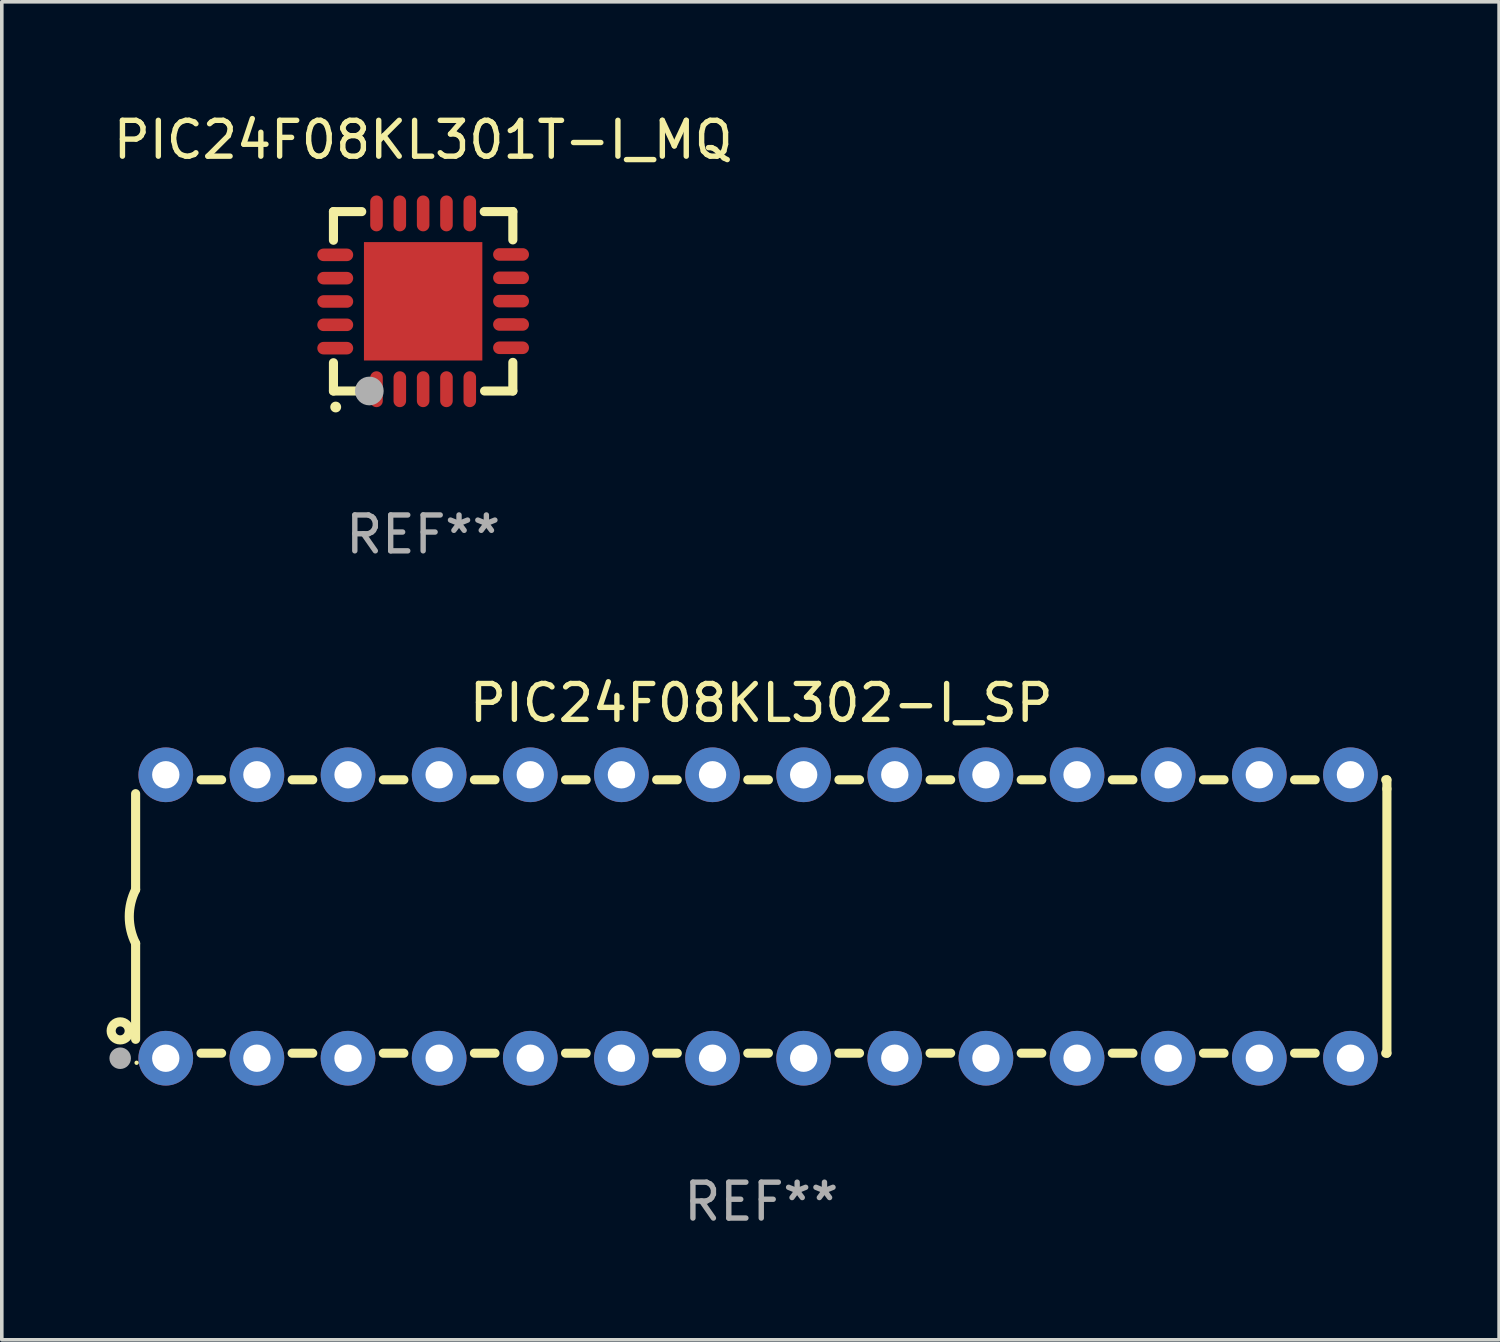
<source format=kicad_pcb>
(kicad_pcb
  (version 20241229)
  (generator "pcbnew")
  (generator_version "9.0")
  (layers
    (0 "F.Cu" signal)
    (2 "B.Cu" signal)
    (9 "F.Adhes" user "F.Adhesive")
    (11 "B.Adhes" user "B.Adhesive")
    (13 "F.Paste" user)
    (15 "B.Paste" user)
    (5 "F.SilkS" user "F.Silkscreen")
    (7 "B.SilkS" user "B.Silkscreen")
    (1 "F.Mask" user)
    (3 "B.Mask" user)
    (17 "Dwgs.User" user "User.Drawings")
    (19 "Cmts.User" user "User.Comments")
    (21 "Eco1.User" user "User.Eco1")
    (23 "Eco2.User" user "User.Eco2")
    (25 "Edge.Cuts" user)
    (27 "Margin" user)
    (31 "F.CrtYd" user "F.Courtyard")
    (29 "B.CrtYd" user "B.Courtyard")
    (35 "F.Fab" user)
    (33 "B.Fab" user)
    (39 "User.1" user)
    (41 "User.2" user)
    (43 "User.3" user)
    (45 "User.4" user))
  (footprint "PIC24F08KL302-I_SP"
    (layer "F.Cu")
    (at 18.168 22.495)
    (property "Reference" "PIC24F08KL302-I_SP" (at 0 -5.95 0) (layer "F.SilkS") (effects (font (size 1 1) (thickness 0.15))))
    (attr through_hole)
    (fp_line (start -17.438 0.75) (end -17.438 3.423) (stroke (width 0.254) (type solid)) (layer "F.SilkS"))
    (fp_line (start -17.438 -3.423) (end -17.438 -0.75) (stroke (width 0.254) (type solid)) (layer "F.SilkS"))
    (fp_line (start -15.615 3.81) (end -15.041 3.81) (stroke (width 0.254) (type solid)) (layer "F.SilkS"))
    (fp_line (start -15.041 -3.81) (end -15.614 -3.81) (stroke (width 0.254) (type solid)) (layer "F.SilkS"))
    (fp_line (start -13.075 3.81) (end -12.501 3.81) (stroke (width 0.254) (type solid)) (layer "F.SilkS"))
    (fp_line (start -12.501 -3.81) (end -13.074 -3.81) (stroke (width 0.254) (type solid)) (layer "F.SilkS"))
    (fp_line (start -10.535 3.81) (end -9.961 3.81) (stroke (width 0.254) (type solid)) (layer "F.SilkS"))
    (fp_line (start -9.961 -3.81) (end -10.534 -3.81) (stroke (width 0.254) (type solid)) (layer "F.SilkS"))
    (fp_line (start -7.995 3.81) (end -7.421 3.81) (stroke (width 0.254) (type solid)) (layer "F.SilkS"))
    (fp_line (start -7.421 -3.81) (end -7.995 -3.81) (stroke (width 0.254) (type solid)) (layer "F.SilkS"))
    (fp_line (start -5.455 3.81) (end -4.881 3.81) (stroke (width 0.254) (type solid)) (layer "F.SilkS"))
    (fp_line (start -4.881 -3.81) (end -5.455 -3.81) (stroke (width 0.254) (type solid)) (layer "F.SilkS"))
    (fp_line (start -2.915 3.81) (end -2.341 3.81) (stroke (width 0.254) (type solid)) (layer "F.SilkS"))
    (fp_line (start -2.341 -3.81) (end -2.915 -3.81) (stroke (width 0.254) (type solid)) (layer "F.SilkS"))
    (fp_line (start -0.375 3.81) (end 0.199 3.81) (stroke (width 0.254) (type solid)) (layer "F.SilkS"))
    (fp_line (start 0.199 -3.81) (end -0.375 -3.81) (stroke (width 0.254) (type solid)) (layer "F.SilkS"))
    (fp_line (start 2.165 3.81) (end 2.739 3.81) (stroke (width 0.254) (type solid)) (layer "F.SilkS"))
    (fp_line (start 2.739 -3.81) (end 2.165 -3.81) (stroke (width 0.254) (type solid)) (layer "F.SilkS"))
    (fp_line (start 4.705 3.81) (end 5.279 3.81) (stroke (width 0.254) (type solid)) (layer "F.SilkS"))
    (fp_line (start 5.279 -3.81) (end 4.705 -3.81) (stroke (width 0.254) (type solid)) (layer "F.SilkS"))
    (fp_line (start 7.245 3.81) (end 7.819 3.81) (stroke (width 0.254) (type solid)) (layer "F.SilkS"))
    (fp_line (start 7.819 -3.81) (end 7.245 -3.81) (stroke (width 0.254) (type solid)) (layer "F.SilkS"))
    (fp_line (start 9.785 3.81) (end 10.359 3.81) (stroke (width 0.254) (type solid)) (layer "F.SilkS"))
    (fp_line (start 10.359 -3.81) (end 9.785 -3.81) (stroke (width 0.254) (type solid)) (layer "F.SilkS"))
    (fp_line (start 12.325 3.81) (end 12.899 3.81) (stroke (width 0.254) (type solid)) (layer "F.SilkS"))
    (fp_line (start 12.899 -3.81) (end 12.325 -3.81) (stroke (width 0.254) (type solid)) (layer "F.SilkS"))
    (fp_line (start 14.865 3.81) (end 15.439 3.81) (stroke (width 0.254) (type solid)) (layer "F.SilkS"))
    (fp_line (start 15.439 -3.81) (end 14.865 -3.81) (stroke (width 0.254) (type solid)) (layer "F.SilkS"))
    (fp_line (start 17.405 3.81) (end 17.438 3.81) (stroke (width 0.254) (type solid)) (layer "F.SilkS"))
    (fp_line (start 17.438 -3.81) (end 17.405 -3.81) (stroke (width 0.254) (type solid)) (layer "F.SilkS"))
    (fp_line (start 17.438 -3.556) (end 17.438 -3.81) (stroke (width 0.254) (type solid)) (layer "F.SilkS"))
    (fp_line (start 17.438 3.81) (end 17.438 -3.556) (stroke (width 0.254) (type solid)) (layer "F.SilkS"))
    (fp_arc (start -17.437986 0.749657) (mid -17.614887 -0.000024) (end -17.437783 -0.749657) (stroke (width 0.254001) (type solid)) (layer "F.SilkS"))
    (fp_circle (center -17.868 3.188) (end -17.743 3.188) (stroke (width 0.254) (type solid)) (fill no) (layer "F.SilkS"))
    (fp_circle (center -17.411 4.077) (end -17.381 4.077) (stroke (width 0.06) (type solid)) (fill no) (layer "F.SilkS"))
    (fp_circle (center -17.868 3.95) (end -17.718 3.95) (stroke (width 0.3) (type solid)) (fill no) (layer "F.Fab"))
    (fp_text user "REF**" (at 0 7.95 0) (layer "F.Fab") (effects (font (size 1 1) (thickness 0.15))))
    (pad "1" thru_hole circle (at -16.598 3.95) (size 1.524 1.524) (drill 0.762) (layers "*.Cu" "*.Mask"))
    (pad "2" thru_hole circle (at -14.058 3.95) (size 1.524 1.524) (drill 0.762) (layers "*.Cu" "*.Mask"))
    (pad "3" thru_hole circle (at -11.518 3.95) (size 1.524 1.524) (drill 0.762) (layers "*.Cu" "*.Mask"))
    (pad "4" thru_hole circle (at -8.978 3.95) (size 1.524 1.524) (drill 0.762) (layers "*.Cu" "*.Mask"))
    (pad "5" thru_hole circle (at -6.438 3.95) (size 1.524 1.524) (drill 0.762) (layers "*.Cu" "*.Mask"))
    (pad "6" thru_hole circle (at -3.898 3.95) (size 1.524 1.524) (drill 0.762) (layers "*.Cu" "*.Mask"))
    (pad "7" thru_hole circle (at -1.358 3.95) (size 1.524 1.524) (drill 0.762) (layers "*.Cu" "*.Mask"))
    (pad "8" thru_hole circle (at 1.182 3.95) (size 1.524 1.524) (drill 0.762) (layers "*.Cu" "*.Mask"))
    (pad "9" thru_hole circle (at 3.722 3.95) (size 1.524 1.524) (drill 0.762) (layers "*.Cu" "*.Mask"))
    (pad "10" thru_hole circle (at 6.262 3.95) (size 1.524 1.524) (drill 0.762) (layers "*.Cu" "*.Mask"))
    (pad "11" thru_hole circle (at 8.802 3.95) (size 1.524 1.524) (drill 0.762) (layers "*.Cu" "*.Mask"))
    (pad "12" thru_hole circle (at 11.342 3.95) (size 1.524 1.524) (drill 0.762) (layers "*.Cu" "*.Mask"))
    (pad "13" thru_hole circle (at 13.882 3.95) (size 1.524 1.524) (drill 0.762) (layers "*.Cu" "*.Mask"))
    (pad "14" thru_hole circle (at 16.422 3.95) (size 1.524 1.524) (drill 0.762) (layers "*.Cu" "*.Mask"))
    (pad "15" thru_hole circle (at 16.422 -3.95) (size 1.524 1.524) (drill 0.762) (layers "*.Cu" "*.Mask"))
    (pad "16" thru_hole circle (at 13.882 -3.95) (size 1.524 1.524) (drill 0.762) (layers "*.Cu" "*.Mask"))
    (pad "17" thru_hole circle (at 11.342 -3.95) (size 1.524 1.524) (drill 0.762) (layers "*.Cu" "*.Mask"))
    (pad "18" thru_hole circle (at 8.802 -3.95) (size 1.524 1.524) (drill 0.762) (layers "*.Cu" "*.Mask"))
    (pad "19" thru_hole circle (at 6.262 -3.95) (size 1.524 1.524) (drill 0.762) (layers "*.Cu" "*.Mask"))
    (pad "20" thru_hole circle (at 3.722 -3.95) (size 1.524 1.524) (drill 0.762) (layers "*.Cu" "*.Mask"))
    (pad "21" thru_hole circle (at 1.182 -3.95) (size 1.524 1.524) (drill 0.762) (layers "*.Cu" "*.Mask"))
    (pad "22" thru_hole circle (at -1.358 -3.95) (size 1.524 1.524) (drill 0.762) (layers "*.Cu" "*.Mask"))
    (pad "23" thru_hole circle (at -3.898 -3.95) (size 1.524 1.524) (drill 0.762) (layers "*.Cu" "*.Mask"))
    (pad "24" thru_hole circle (at -6.438 -3.95) (size 1.524 1.524) (drill 0.762) (layers "*.Cu" "*.Mask"))
    (pad "25" thru_hole circle (at -8.978 -3.95) (size 1.524 1.524) (drill 0.762) (layers "*.Cu" "*.Mask"))
    (pad "26" thru_hole circle (at -11.517 -3.95) (size 1.524 1.524) (drill 0.762) (layers "*.Cu" "*.Mask"))
    (pad "27" thru_hole circle (at -14.057 -3.95) (size 1.524 1.524) (drill 0.762) (layers "*.Cu" "*.Mask"))
    (pad "28" thru_hole circle (at -16.597 -3.95) (size 1.524 1.524) (drill 0.762) (layers "*.Cu" "*.Mask")))
  (footprint "PIC24F08KL301T-I_MQ"
    (layer "F.Cu")
    (at 8.744 5.348)
    (property "Reference" "PIC24F08KL301T-I_MQ" (at 0 -4.5 0) (layer "F.SilkS") (effects (font (size 1 1) (thickness 0.15))))
    (attr through_hole)
    (fp_line (start -2.5 -2.5) (end -1.712 -2.5) (stroke (width 0.254) (type solid)) (layer "F.SilkS"))
    (fp_line (start -2.5 -1.702) (end -2.5 -2.5) (stroke (width 0.254) (type solid)) (layer "F.SilkS"))
    (fp_line (start -2.5 2.5) (end -2.5 1.712) (stroke (width 0.254) (type solid)) (layer "F.SilkS"))
    (fp_line (start -1.702 2.5) (end -2.5 2.5) (stroke (width 0.254) (type solid)) (layer "F.SilkS"))
    (fp_line (start 1.702 -2.5) (end 2.5 -2.5) (stroke (width 0.254) (type solid)) (layer "F.SilkS"))
    (fp_line (start 2.5 -2.5) (end 2.5 -1.712) (stroke (width 0.254) (type solid)) (layer "F.SilkS"))
    (fp_line (start 2.5 1.702) (end 2.5 2.5) (stroke (width 0.254) (type solid)) (layer "F.SilkS"))
    (fp_line (start 2.5 2.5) (end 1.712 2.5) (stroke (width 0.254) (type solid)) (layer "F.SilkS"))
    (fp_arc (start -2.438405 2.946406) (mid -2.437135 2.946401) (end -2.435865 2.946406) (stroke (width 0.3) (type solid)) (layer "F.SilkS"))
    (fp_circle (center -2.5 2.5) (end -2.45 2.5) (stroke (width 0.1) (type solid)) (fill no) (layer "F.SilkS"))
    (fp_circle (center -1.5 2.5) (end -1.3 2.5) (stroke (width 0.4) (type solid)) (fill no) (layer "F.Fab"))
    (fp_text user "REF**" (at 0 6.5 0) (layer "F.Fab") (effects (font (size 1 1) (thickness 0.15))))
    (pad "1" smd oval (at -1.3 2.45) (size 0.35 1) (layers "F.Cu" "F.Mask" "F.Paste"))
    (pad "2" smd oval (at -0.65 2.45) (size 0.35 1) (layers "F.Cu" "F.Mask" "F.Paste"))
    (pad "3" smd oval (at 0 2.45) (size 0.35 1) (layers "F.Cu" "F.Mask" "F.Paste"))
    (pad "4" smd oval (at 0.65 2.45) (size 0.35 1) (layers "F.Cu" "F.Mask" "F.Paste"))
    (pad "5" smd oval (at 1.3 2.45) (size 0.35 1) (layers "F.Cu" "F.Mask" "F.Paste"))
    (pad "6" smd oval (at 2.45 1.295) (size 1 0.35) (layers "F.Cu" "F.Mask" "F.Paste"))
    (pad "7" smd oval (at 2.45 0.645) (size 1 0.35) (layers "F.Cu" "F.Mask" "F.Paste"))
    (pad "8" smd oval (at 2.45 -0.005) (size 1 0.35) (layers "F.Cu" "F.Mask" "F.Paste"))
    (pad "9" smd oval (at 2.45 -0.655) (size 1 0.35) (layers "F.Cu" "F.Mask" "F.Paste"))
    (pad "10" smd oval (at 2.45 -1.306) (size 1 0.35) (layers "F.Cu" "F.Mask" "F.Paste"))
    (pad "11" smd oval (at 1.3 -2.45) (size 0.35 1) (layers "F.Cu" "F.Mask" "F.Paste"))
    (pad "12" smd oval (at 0.65 -2.45) (size 0.35 1) (layers "F.Cu" "F.Mask" "F.Paste"))
    (pad "13" smd oval (at 0 -2.45) (size 0.35 1) (layers "F.Cu" "F.Mask" "F.Paste"))
    (pad "14" smd oval (at -0.65 -2.45) (size 0.35 1) (layers "F.Cu" "F.Mask" "F.Paste"))
    (pad "15" smd oval (at -1.3 -2.45) (size 0.35 1) (layers "F.Cu" "F.Mask" "F.Paste"))
    (pad "16" smd oval (at -2.45 -1.295) (size 1 0.35) (layers "F.Cu" "F.Mask" "F.Paste"))
    (pad "17" smd oval (at -2.45 -0.645) (size 1 0.35) (layers "F.Cu" "F.Mask" "F.Paste"))
    (pad "18" smd oval (at -2.45 0.005) (size 1 0.35) (layers "F.Cu" "F.Mask" "F.Paste"))
    (pad "19" smd oval (at -2.45 0.655) (size 1 0.35) (layers "F.Cu" "F.Mask" "F.Paste"))
    (pad "20" smd oval (at -2.45 1.306) (size 1 0.35) (layers "F.Cu" "F.Mask" "F.Paste"))
    (pad "21" smd rect (at 0 0) (size 3.3 3.3) (layers "F.Cu" "F.Mask" "F.Paste")))
  (gr_rect
    (start -3 -3)
    (end 38.733 34.293)
    (stroke (width 0.1) (type default))
    (fill no)
    (layer "Edge.Cuts")))
</source>
